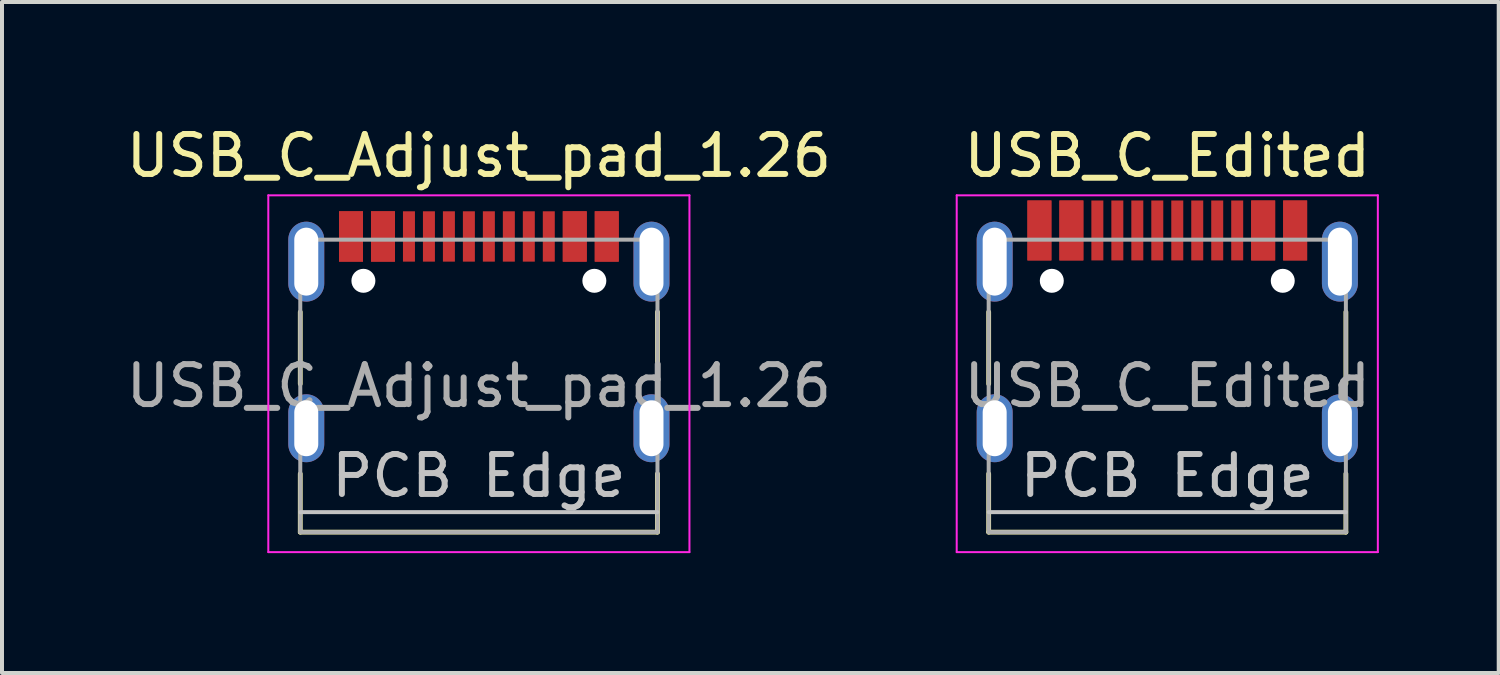
<source format=kicad_pcb>
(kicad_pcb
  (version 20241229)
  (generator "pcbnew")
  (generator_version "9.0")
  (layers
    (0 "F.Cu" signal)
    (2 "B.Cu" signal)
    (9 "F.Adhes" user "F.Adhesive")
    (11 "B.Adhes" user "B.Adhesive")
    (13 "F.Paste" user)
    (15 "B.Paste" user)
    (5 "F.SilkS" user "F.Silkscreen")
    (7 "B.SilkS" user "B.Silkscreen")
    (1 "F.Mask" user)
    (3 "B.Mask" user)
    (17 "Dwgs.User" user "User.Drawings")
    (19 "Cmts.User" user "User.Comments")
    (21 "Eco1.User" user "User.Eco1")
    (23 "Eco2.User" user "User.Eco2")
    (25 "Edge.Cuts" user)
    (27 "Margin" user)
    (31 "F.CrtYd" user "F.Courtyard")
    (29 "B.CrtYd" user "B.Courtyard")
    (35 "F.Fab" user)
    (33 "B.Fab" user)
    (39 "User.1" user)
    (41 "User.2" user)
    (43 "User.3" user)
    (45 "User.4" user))
  (footprint "USB_C_Edited"
    (layer "F.Cu")
    (at 26.164 5.428)
    (property "Reference" "USB_C_Edited" (at 0 -4.58 0) (layer "F.SilkS") (effects (font (size 1 1) (thickness 0.15))))
    (attr smd)
    (fp_line (start -4.47 -0.67) (end -4.47 1.13) (stroke (width 0.12) (type solid)) (layer "F.SilkS"))
    (fp_line (start -4.47 4.84) (end -4.47 3.38) (stroke (width 0.12) (type solid)) (layer "F.SilkS"))
    (fp_line (start 4.47 -0.67) (end 4.47 1.13) (stroke (width 0.12) (type solid)) (layer "F.SilkS"))
    (fp_line (start 4.47 4.84) (end -4.47 4.84) (stroke (width 0.12) (type solid)) (layer "F.SilkS"))
    (fp_line (start 4.47 4.84) (end 4.47 3.38) (stroke (width 0.12) (type solid)) (layer "F.SilkS"))
    (fp_line (start -4.47 4.34) (end 4.47 4.34) (stroke (width 0.1) (type solid)) (layer "Dwgs.User"))
    (fp_line (start -5.27 -3.59) (end -5.27 5.34) (stroke (width 0.05) (type solid)) (layer "F.CrtYd"))
    (fp_line (start -5.27 5.34) (end 5.27 5.34) (stroke (width 0.05) (type solid)) (layer "F.CrtYd"))
    (fp_line (start 5.27 -3.59) (end -5.27 -3.59) (stroke (width 0.05) (type solid)) (layer "F.CrtYd"))
    (fp_line (start 5.27 5.34) (end 5.27 -3.59) (stroke (width 0.05) (type solid)) (layer "F.CrtYd"))
    (fp_line (start -4.47 -2.48) (end -4.47 4.84) (stroke (width 0.1) (type solid)) (layer "F.Fab"))
    (fp_line (start -4.47 -2.48) (end 4.47 -2.48) (stroke (width 0.1) (type solid)) (layer "F.Fab"))
    (fp_line (start 4.47 -2.48) (end 4.47 4.84) (stroke (width 0.1) (type solid)) (layer "F.Fab"))
    (fp_line (start 4.47 4.84) (end -4.47 4.84) (stroke (width 0.1) (type solid)) (layer "F.Fab"))
    (fp_text user "PCB Edge" (at 0 3.43 0) (layer "Dwgs.User") (effects (font (size 1 1) (thickness 0.15))))
    (fp_text user "${REFERENCE}" (at 0 1.18 0) (layer "F.Fab") (effects (font (size 1 1) (thickness 0.15))))
    (pad "" np_thru_hole circle (at -2.89 -1.45 180) (size 0.6 0.6) (drill 0.6) (layers "*.Cu" "*.Mask"))
    (pad "" np_thru_hole circle (at 2.89 -1.45 180) (size 0.6 0.6) (drill 0.6) (layers "*.Cu" "*.Mask"))
    (pad "A1" smd rect (at -3.2 -2.71) (size 0.6 1.5) (layers "F.Cu" "F.Mask" "F.Paste"))
    (pad "A4" smd rect (at -2.4 -2.71) (size 0.6 1.5) (layers "F.Cu" "F.Mask" "F.Paste"))
    (pad "A5" smd rect (at -1.25 -2.71 180) (size 0.3 1.5) (layers "F.Cu" "F.Mask" "F.Paste"))
    (pad "A6" smd rect (at -0.25 -2.71 180) (size 0.3 1.5) (layers "F.Cu" "F.Mask" "F.Paste"))
    (pad "A7" smd rect (at 0.25 -2.71 180) (size 0.3 1.5) (layers "F.Cu" "F.Mask" "F.Paste"))
    (pad "A8" smd rect (at 1.25 -2.71 180) (size 0.3 1.5) (layers "F.Cu" "F.Mask" "F.Paste"))
    (pad "A9" smd rect (at 2.4 -2.71) (size 0.6 1.5) (layers "F.Cu" "F.Mask" "F.Paste"))
    (pad "A12" smd rect (at 3.2 -2.71) (size 0.6 1.5) (layers "F.Cu" "F.Mask" "F.Paste"))
    (pad "B1" smd rect (at 3.2 -2.71) (size 0.6 1.5) (layers "F.Cu" "F.Mask" "F.Paste"))
    (pad "B4" smd rect (at 2.4 -2.71) (size 0.6 1.5) (layers "F.Cu" "F.Mask" "F.Paste"))
    (pad "B5" smd rect (at 1.75 -2.71 180) (size 0.3 1.5) (layers "F.Cu" "F.Mask" "F.Paste"))
    (pad "B6" smd rect (at 0.75 -2.71 180) (size 0.3 1.5) (layers "F.Cu" "F.Mask" "F.Paste"))
    (pad "B7" smd rect (at -0.75 -2.71 180) (size 0.3 1.5) (layers "F.Cu" "F.Mask" "F.Paste"))
    (pad "B8" smd rect (at -1.75 -2.71 180) (size 0.3 1.5) (layers "F.Cu" "F.Mask" "F.Paste"))
    (pad "B9" smd rect (at -2.4 -2.71) (size 0.6 1.5) (layers "F.Cu" "F.Mask" "F.Paste"))
    (pad "B12" smd rect (at -3.2 -2.71) (size 0.6 1.5) (layers "F.Cu" "F.Mask" "F.Paste"))
    (pad "S1" thru_hole oval (at -4.32 -1.93 90) (size 2 0.9) (drill oval 1.7 0.6) (layers "*.Cu" "*.Mask"))
    (pad "S1" thru_hole oval (at -4.32 2.24 90) (size 1.7 0.9) (drill oval 1.4 0.6) (layers "*.Cu" "*.Mask"))
    (pad "S1" thru_hole oval (at 4.32 -1.93 90) (size 2 0.9) (drill oval 1.7 0.6) (layers "*.Cu" "*.Mask"))
    (pad "S1" thru_hole oval (at 4.32 2.24 90) (size 1.7 0.9) (drill oval 1.4 0.6) (layers "*.Cu" "*.Mask")))
  (footprint "USB_C_Adjust_pad_1.26"
    (layer "F.Cu")
    (at 8.935 5.428)
    (property "Reference" "USB_C_Adjust_pad_1.26" (at 0 -4.58 180) (layer "F.SilkS") (effects (font (size 1 1) (thickness 0.15))))
    (attr smd)
    (fp_line (start -4.47 -0.67) (end -4.47 1.13) (stroke (width 0.12) (type solid)) (layer "F.SilkS"))
    (fp_line (start -4.47 4.84) (end -4.47 3.38) (stroke (width 0.12) (type solid)) (layer "F.SilkS"))
    (fp_line (start 4.47 -0.67) (end 4.47 1.13) (stroke (width 0.12) (type solid)) (layer "F.SilkS"))
    (fp_line (start 4.47 4.84) (end -4.47 4.84) (stroke (width 0.12) (type solid)) (layer "F.SilkS"))
    (fp_line (start 4.47 4.84) (end 4.47 3.38) (stroke (width 0.12) (type solid)) (layer "F.SilkS"))
    (fp_line (start -4.47 4.34) (end 4.47 4.34) (stroke (width 0.1) (type solid)) (layer "Dwgs.User"))
    (fp_line (start -5.27 -3.59) (end -5.27 5.34) (stroke (width 0.05) (type solid)) (layer "F.CrtYd"))
    (fp_line (start -5.27 5.34) (end 5.27 5.34) (stroke (width 0.05) (type solid)) (layer "F.CrtYd"))
    (fp_line (start 5.27 -3.59) (end -5.27 -3.59) (stroke (width 0.05) (type solid)) (layer "F.CrtYd"))
    (fp_line (start 5.27 5.34) (end 5.27 -3.59) (stroke (width 0.05) (type solid)) (layer "F.CrtYd"))
    (fp_line (start -4.47 -2.48) (end -4.47 4.84) (stroke (width 0.1) (type solid)) (layer "F.Fab"))
    (fp_line (start -4.47 -2.48) (end 4.47 -2.48) (stroke (width 0.1) (type solid)) (layer "F.Fab"))
    (fp_line (start 4.47 -2.48) (end 4.47 4.84) (stroke (width 0.1) (type solid)) (layer "F.Fab"))
    (fp_line (start 4.47 4.84) (end -4.47 4.84) (stroke (width 0.1) (type solid)) (layer "F.Fab"))
    (fp_text user "PCB Edge" (at 0 3.43 180) (layer "Dwgs.User") (effects (font (size 1 1) (thickness 0.15))))
    (fp_text user "${REFERENCE}" (at 0 1.18 180) (layer "F.Fab") (effects (font (size 1 1) (thickness 0.15))))
    (pad "" np_thru_hole circle (at -2.89 -1.45 180) (size 0.6 0.6) (drill 0.6) (layers "*.Cu" "*.Mask"))
    (pad "" np_thru_hole circle (at 2.89 -1.45 180) (size 0.6 0.6) (drill 0.6) (layers "*.Cu" "*.Mask"))
    (pad "A1" smd rect (at -3.2 -2.56) (size 0.6 1.26) (layers "F.Cu" "F.Mask" "F.Paste"))
    (pad "A4" smd rect (at -2.4 -2.56) (size 0.6 1.26) (layers "F.Cu" "F.Mask" "F.Paste"))
    (pad "A5" smd rect (at -1.25 -2.56 180) (size 0.3 1.26) (layers "F.Cu" "F.Mask" "F.Paste"))
    (pad "A6" smd rect (at -0.25 -2.56 180) (size 0.3 1.26) (layers "F.Cu" "F.Mask" "F.Paste"))
    (pad "A7" smd rect (at 0.25 -2.56 180) (size 0.3 1.26) (layers "F.Cu" "F.Mask" "F.Paste"))
    (pad "A8" smd rect (at 1.25 -2.56 180) (size 0.3 1.26) (layers "F.Cu" "F.Mask" "F.Paste"))
    (pad "A9" smd rect (at 2.4 -2.56) (size 0.6 1.26) (layers "F.Cu" "F.Mask" "F.Paste"))
    (pad "A12" smd rect (at 3.2 -2.56) (size 0.6 1.26) (layers "F.Cu" "F.Mask" "F.Paste"))
    (pad "B1" smd rect (at 3.2 -2.56) (size 0.6 1.26) (layers "F.Cu" "F.Mask" "F.Paste"))
    (pad "B4" smd rect (at 2.4 -2.56) (size 0.6 1.26) (layers "F.Cu" "F.Mask" "F.Paste"))
    (pad "B5" smd rect (at 1.75 -2.56 180) (size 0.3 1.26) (layers "F.Cu" "F.Mask" "F.Paste"))
    (pad "B6" smd rect (at 0.75 -2.56 180) (size 0.3 1.26) (layers "F.Cu" "F.Mask" "F.Paste"))
    (pad "B7" smd rect (at -0.75 -2.56 180) (size 0.3 1.26) (layers "F.Cu" "F.Mask" "F.Paste"))
    (pad "B8" smd rect (at -1.75 -2.56 180) (size 0.3 1.26) (layers "F.Cu" "F.Mask" "F.Paste"))
    (pad "B9" smd rect (at -2.4 -2.56) (size 0.6 1.26) (layers "F.Cu" "F.Mask" "F.Paste"))
    (pad "B12" smd rect (at -3.2 -2.56) (size 0.6 1.26) (layers "F.Cu" "F.Mask" "F.Paste"))
    (pad "S1" thru_hole oval (at -4.32 -1.93 90) (size 2 0.9) (drill oval 1.7 0.6) (layers "*.Cu" "*.Mask"))
    (pad "S1" thru_hole oval (at -4.32 2.24 90) (size 1.7 0.9) (drill oval 1.4 0.6) (layers "*.Cu" "*.Mask"))
    (pad "S1" thru_hole oval (at 4.32 -1.93 90) (size 2 0.9) (drill oval 1.7 0.6) (layers "*.Cu" "*.Mask"))
    (pad "S1" thru_hole oval (at 4.32 2.24 90) (size 1.7 0.9) (drill oval 1.4 0.6) (layers "*.Cu" "*.Mask")))
  (gr_rect
    (start -3 -3)
    (end 34.459 13.793)
    (stroke (width 0.1) (type default))
    (fill no)
    (layer "Edge.Cuts")))
</source>
